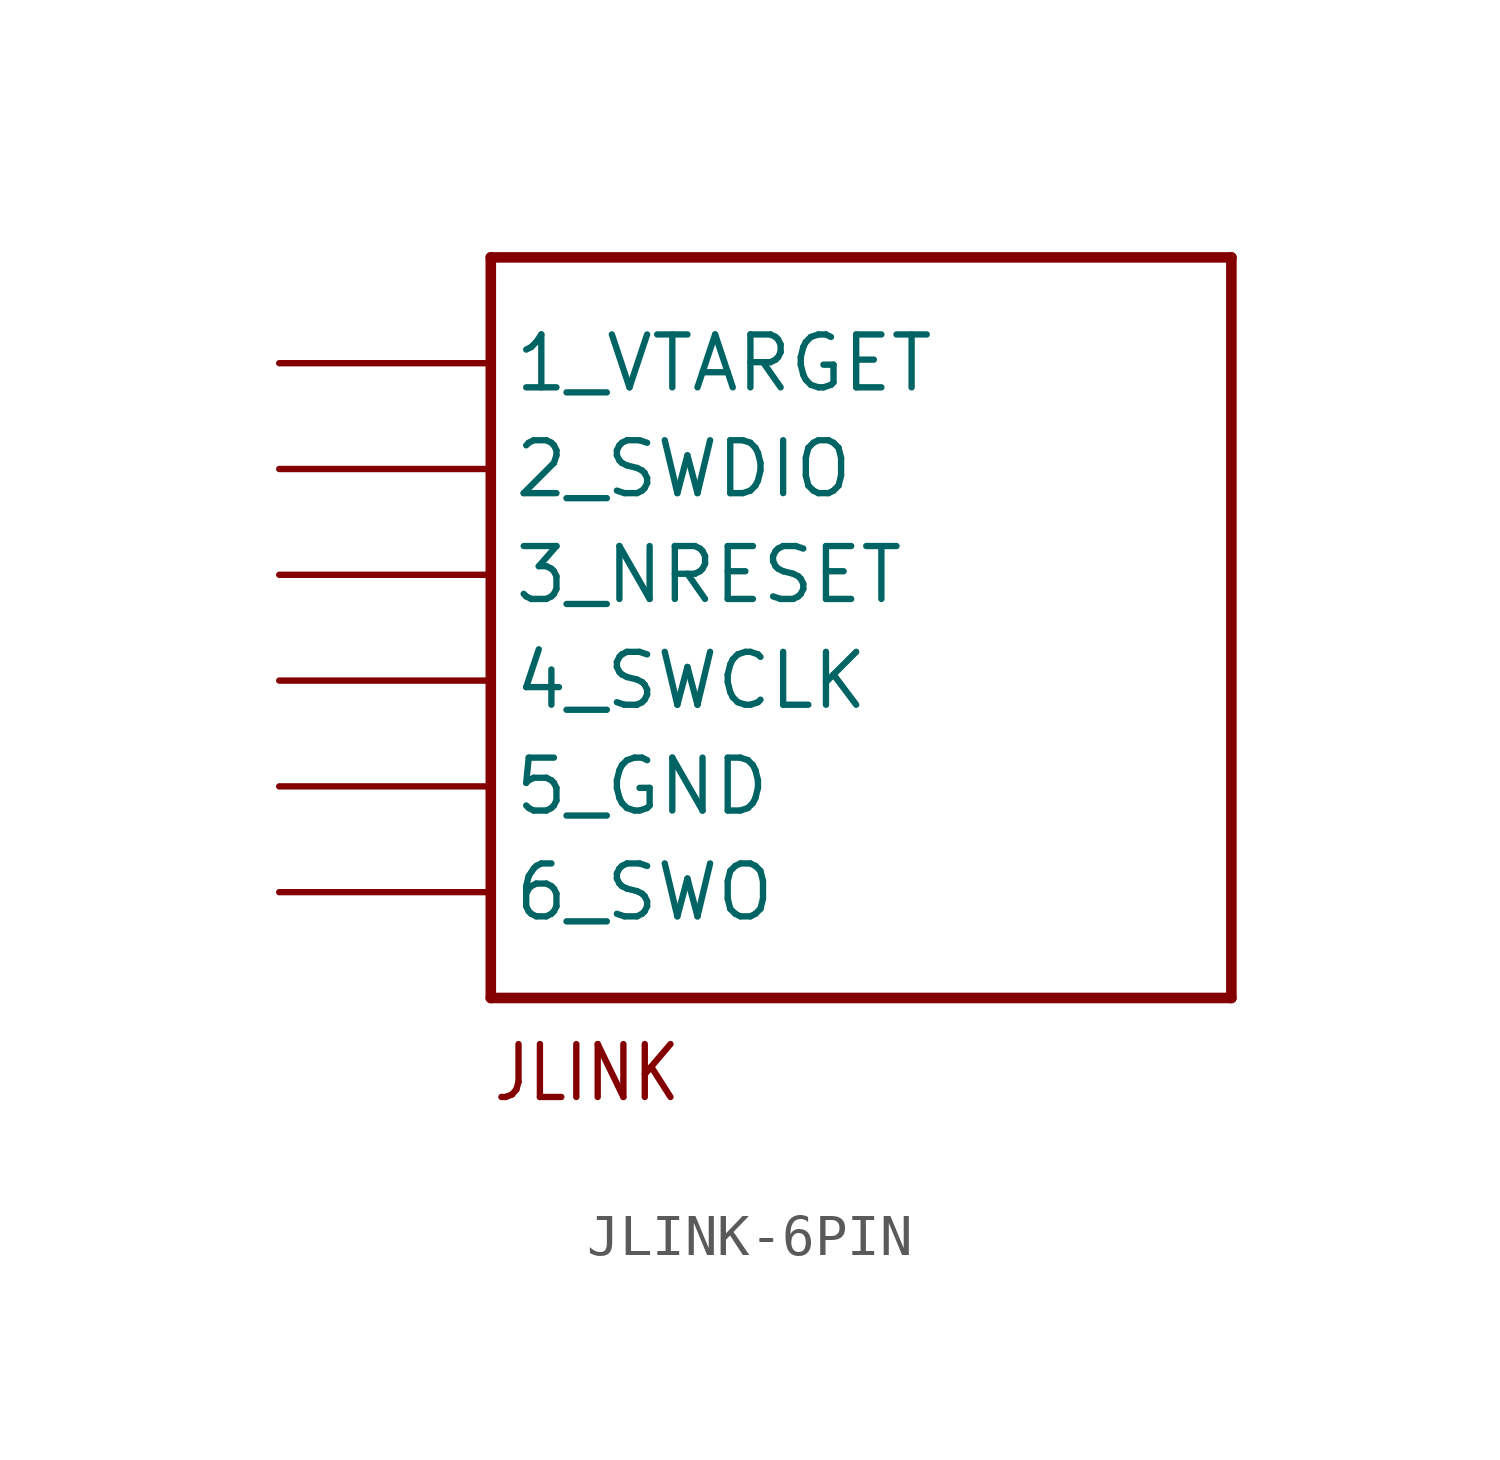
<source format=kicad_sym>
(kicad_symbol_lib
  (version 20231120)
  (generator "kicad_symbol_editor")
  (generator_version "8.0")
  (symbol "JLINK-6PIN"
    (property "Reference" ""
      (at 0 5.08 0)
      (effects (font (size 1.27 1.079)) (justify left bottom) (hide yes)))
    (property "ki_locked" ""
      (at 0 0 0)
      (effects (font (size 1.27 1.27))))
    (symbol "JLINK-6PIN_1_0"
      (polyline (pts (xy 0 -15.24) (xy 17.78 -15.24)) (stroke (width 0.254) (type solid)) (fill (type none)))
      (polyline (pts (xy 0 2.54) (xy 0 -15.24)) (stroke (width 0.254) (type solid)) (fill (type none)))
      (polyline (pts (xy 17.78 -15.24) (xy 17.78 2.54)) (stroke (width 0.254) (type solid)) (fill (type none)))
      (polyline (pts (xy 17.78 2.54) (xy 0 2.54)) (stroke (width 0.254) (type solid)) (fill (type none)))
      (text "JLINK" (at 0 -17.78 0) (effects (font (size 1.27 1.079)) (justify left bottom)))
      (pin bidirectional line (at -5.08 0 0) (length 5.08) (name "1_VTARGET" (effects (font (size 1.27 1.27)))) (number "1_VTARGET" (effects (font (size 0 0)))))
      (pin bidirectional line (at -5.08 -2.54 0) (length 5.08) (name "2_SWDIO" (effects (font (size 1.27 1.27)))) (number "2_SWDIO" (effects (font (size 0 0)))))
      (pin bidirectional line (at -5.08 -5.08 0) (length 5.08) (name "3_NRESET" (effects (font (size 1.27 1.27)))) (number "3_NRESET" (effects (font (size 0 0)))))
      (pin bidirectional line (at -5.08 -7.62 0) (length 5.08) (name "4_SWCLK" (effects (font (size 1.27 1.27)))) (number "4_SWDCLK" (effects (font (size 0 0)))))
      (pin bidirectional line (at -5.08 -10.16 0) (length 5.08) (name "5_GND" (effects (font (size 1.27 1.27)))) (number "5_GND" (effects (font (size 0 0)))))
      (pin bidirectional line (at -5.08 -12.7 0) (length 5.08) (name "6_SWO" (effects (font (size 1.27 1.27)))) (number "6_SWO" (effects (font (size 0 0))))))))
</source>
